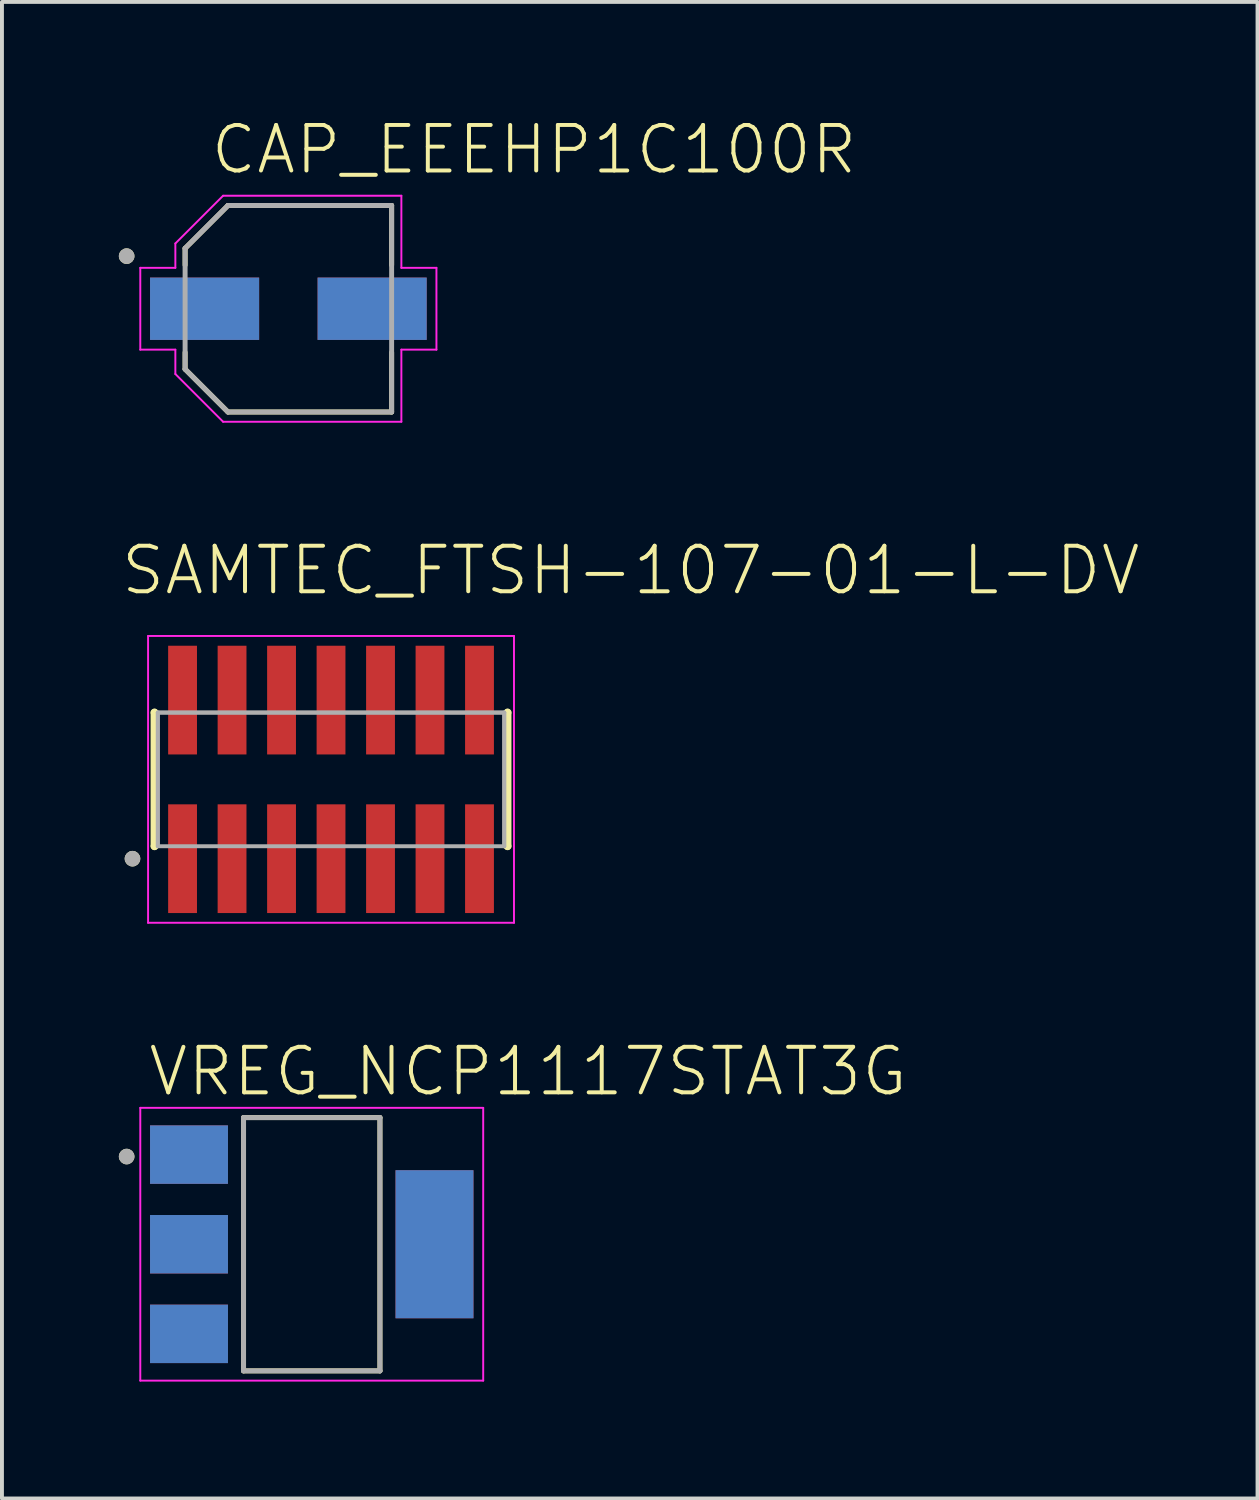
<source format=kicad_pcb>
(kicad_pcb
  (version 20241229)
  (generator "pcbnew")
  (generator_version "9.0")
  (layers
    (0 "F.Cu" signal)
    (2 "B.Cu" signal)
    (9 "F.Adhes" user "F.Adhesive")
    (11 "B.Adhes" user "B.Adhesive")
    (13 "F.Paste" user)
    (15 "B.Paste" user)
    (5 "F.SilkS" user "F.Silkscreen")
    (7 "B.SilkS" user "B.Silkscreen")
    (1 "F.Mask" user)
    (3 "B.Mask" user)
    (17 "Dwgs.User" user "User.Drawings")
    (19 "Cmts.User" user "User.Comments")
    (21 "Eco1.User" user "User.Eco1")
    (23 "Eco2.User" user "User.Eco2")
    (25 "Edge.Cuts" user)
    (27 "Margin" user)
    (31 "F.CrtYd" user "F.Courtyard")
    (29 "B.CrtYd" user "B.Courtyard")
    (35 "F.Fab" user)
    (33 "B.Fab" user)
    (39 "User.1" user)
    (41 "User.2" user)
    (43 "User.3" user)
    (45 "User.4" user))
  (footprint "VREG_NCP1117STAT3G"
    (layer "F.Cu")
    (at 4.95 28.88)
    (property "Reference" "VREG_NCP1117STAT3G" (at -4.25 -3.75 0) (layer "F.SilkS") (effects (font (size 1.168 1.168) (thickness 0.102)) (justify left bottom)))
    (fp_line (start -1.75 -3.25) (end -1.75 3.25) (stroke (width 0.127) (type solid)) (layer "F.SilkS"))
    (fp_line (start -1.75 3.25) (end 1.75 3.25) (stroke (width 0.127) (type solid)) (layer "F.SilkS"))
    (fp_line (start 1.75 -3.25) (end -1.75 -3.25) (stroke (width 0.127) (type solid)) (layer "F.SilkS"))
    (fp_line (start 1.75 3.25) (end 1.75 -3.25) (stroke (width 0.127) (type solid)) (layer "F.SilkS"))
    (fp_circle (center -4.75 -2.25) (end -4.65 -2.25) (stroke (width 0.2) (type solid)) (fill no) (layer "F.SilkS"))
    (fp_line (start -4.4 -3.5) (end -4.4 3.5) (stroke (width 0.05) (type solid)) (layer "F.CrtYd"))
    (fp_line (start -4.4 -3.5) (end 4.4 -3.5) (stroke (width 0.05) (type solid)) (layer "F.CrtYd"))
    (fp_line (start -4.4 3.5) (end 4.4 3.5) (stroke (width 0.05) (type solid)) (layer "F.CrtYd"))
    (fp_line (start 4.4 -3.5) (end 4.4 3.5) (stroke (width 0.05) (type solid)) (layer "F.CrtYd"))
    (fp_line (start -1.75 -3.25) (end -1.75 3.25) (stroke (width 0.127) (type solid)) (layer "F.Fab"))
    (fp_line (start -1.75 3.25) (end 1.75 3.25) (stroke (width 0.127) (type solid)) (layer "F.Fab"))
    (fp_line (start 1.75 -3.25) (end -1.75 -3.25) (stroke (width 0.127) (type solid)) (layer "F.Fab"))
    (fp_line (start 1.75 3.25) (end 1.75 -3.25) (stroke (width 0.127) (type solid)) (layer "F.Fab"))
    (fp_circle (center -4.75 -2.25) (end -4.65 -2.25) (stroke (width 0.2) (type solid)) (fill no) (layer "F.Fab"))
    (pad "1" smd rect (at -3.15 -2.3) (size 2 1.5) (layers "*.Cu" "*.Mask"))
    (pad "2" smd rect (at -3.15 0) (size 2 1.5) (layers "*.Cu" "*.Mask"))
    (pad "3" smd rect (at -3.15 2.3) (size 2 1.5) (layers "*.Cu" "*.Mask"))
    (pad "4" smd rect (at 3.15 0) (size 2 3.8) (layers "*.Cu" "*.Mask")))
  (footprint "SAMTEC_FTSH-107-01-L-DV"
    (layer "F.Cu")
    (at 5.445 16.951)
    (property "Reference" "SAMTEC_FTSH-107-01-L-DV" (at -5.445 -4.68 0) (layer "F.SilkS") (effects (font (size 1.168 1.168) (thickness 0.102)) (justify left bottom)))
    (fp_line (start -4.53 -1.715) (end -4.53 -1.715) (stroke (width 0.2) (type solid)) (layer "F.SilkS"))
    (fp_line (start -4.53 1.715) (end -4.53 -1.715) (stroke (width 0.2) (type solid)) (layer "F.SilkS"))
    (fp_line (start -4.53 1.715) (end -4.53 1.715) (stroke (width 0.2) (type solid)) (layer "F.SilkS"))
    (fp_line (start 4.53 -1.715) (end 4.53 -1.715) (stroke (width 0.2) (type solid)) (layer "F.SilkS"))
    (fp_line (start 4.53 -1.715) (end 4.53 1.715) (stroke (width 0.2) (type solid)) (layer "F.SilkS"))
    (fp_line (start 4.53 1.715) (end 4.53 1.715) (stroke (width 0.2) (type solid)) (layer "F.SilkS"))
    (fp_circle (center -5.095 2.035) (end -4.995 2.035) (stroke (width 0.2) (type solid)) (fill no) (layer "F.SilkS"))
    (fp_line (start -4.695 -3.68) (end 4.695 -3.68) (stroke (width 0.05) (type solid)) (layer "F.CrtYd"))
    (fp_line (start -4.695 3.68) (end -4.695 -3.68) (stroke (width 0.05) (type solid)) (layer "F.CrtYd"))
    (fp_line (start 4.695 -3.68) (end 4.695 3.68) (stroke (width 0.05) (type solid)) (layer "F.CrtYd"))
    (fp_line (start 4.695 3.68) (end -4.695 3.68) (stroke (width 0.05) (type solid)) (layer "F.CrtYd"))
    (fp_line (start -4.445 -1.715) (end 4.445 -1.715) (stroke (width 0.1) (type solid)) (layer "F.Fab"))
    (fp_line (start -4.445 -1.715) (end 4.445 -1.715) (stroke (width 0.1) (type solid)) (layer "F.Fab"))
    (fp_line (start -4.445 1.715) (end -4.445 -1.715) (stroke (width 0.1) (type solid)) (layer "F.Fab"))
    (fp_line (start -4.445 1.715) (end -4.445 -1.715) (stroke (width 0.1) (type solid)) (layer "F.Fab"))
    (fp_line (start 4.445 -1.715) (end 4.445 1.715) (stroke (width 0.1) (type solid)) (layer "F.Fab"))
    (fp_line (start 4.445 -1.715) (end 4.445 1.715) (stroke (width 0.1) (type solid)) (layer "F.Fab"))
    (fp_line (start 4.445 1.715) (end -4.445 1.715) (stroke (width 0.1) (type solid)) (layer "F.Fab"))
    (fp_circle (center -5.095 2.035) (end -4.995 2.035) (stroke (width 0.2) (type solid)) (fill no) (layer "F.Fab"))
    (pad "01" smd rect (at -3.81 2.035) (size 0.74 2.79) (layers "F.Cu" "F.Mask"))
    (pad "02" smd rect (at -3.81 -2.035) (size 0.74 2.79) (layers "F.Cu" "F.Mask"))
    (pad "03" smd rect (at -2.54 2.035) (size 0.74 2.79) (layers "F.Cu" "F.Mask"))
    (pad "04" smd rect (at -2.54 -2.035) (size 0.74 2.79) (layers "F.Cu" "F.Mask"))
    (pad "05" smd rect (at -1.27 2.035) (size 0.74 2.79) (layers "F.Cu" "F.Mask"))
    (pad "06" smd rect (at -1.27 -2.035) (size 0.74 2.79) (layers "F.Cu" "F.Mask"))
    (pad "07" smd rect (at 0 2.035) (size 0.74 2.79) (layers "F.Cu" "F.Mask"))
    (pad "08" smd rect (at 0 -2.035) (size 0.74 2.79) (layers "F.Cu" "F.Mask"))
    (pad "09" smd rect (at 1.27 2.035) (size 0.74 2.79) (layers "F.Cu" "F.Mask"))
    (pad "10" smd rect (at 1.27 -2.035) (size 0.74 2.79) (layers "F.Cu" "F.Mask"))
    (pad "11" smd rect (at 2.54 2.035) (size 0.74 2.79) (layers "F.Cu" "F.Mask"))
    (pad "12" smd rect (at 2.54 -2.035) (size 0.74 2.79) (layers "F.Cu" "F.Mask"))
    (pad "13" smd rect (at 3.81 2.035) (size 0.74 2.79) (layers "F.Cu" "F.Mask"))
    (pad "14" smd rect (at 3.81 -2.035) (size 0.74 2.79) (layers "F.Cu" "F.Mask")))
  (footprint "CAP_EEEHP1C100R"
    (layer "F.Cu")
    (at 4.35 4.873)
    (property "Reference" "CAP_EEEHP1C100R" (at -2.05 -3.4 0) (layer "F.SilkS") (effects (font (size 1.168 1.168) (thickness 0.102)) (justify left bottom)))
    (fp_line (start -2.65 -1.55) (end -2.65 -1.12) (stroke (width 0.127) (type solid)) (layer "F.SilkS"))
    (fp_line (start -2.65 1.12) (end -2.65 1.55) (stroke (width 0.127) (type solid)) (layer "F.SilkS"))
    (fp_line (start -2.65 1.55) (end -1.55 2.65) (stroke (width 0.127) (type solid)) (layer "F.SilkS"))
    (fp_line (start -1.55 -2.65) (end -2.65 -1.55) (stroke (width 0.127) (type solid)) (layer "F.SilkS"))
    (fp_line (start -1.55 2.65) (end 2.65 2.65) (stroke (width 0.127) (type solid)) (layer "F.SilkS"))
    (fp_line (start 2.65 -2.65) (end -1.55 -2.65) (stroke (width 0.127) (type solid)) (layer "F.SilkS"))
    (fp_line (start 2.65 -1.12) (end 2.65 -2.65) (stroke (width 0.127) (type solid)) (layer "F.SilkS"))
    (fp_line (start 2.65 2.65) (end 2.65 1.12) (stroke (width 0.127) (type solid)) (layer "F.SilkS"))
    (fp_circle (center -4.15 -1.35) (end -4.05 -1.35) (stroke (width 0.2) (type solid)) (fill no) (layer "F.SilkS"))
    (fp_line (start -3.8 -1.05) (end -2.9 -1.05) (stroke (width 0.05) (type solid)) (layer "F.CrtYd"))
    (fp_line (start -3.8 1.05) (end -3.8 -1.05) (stroke (width 0.05) (type solid)) (layer "F.CrtYd"))
    (fp_line (start -2.9 -1.675) (end -1.675 -2.9) (stroke (width 0.05) (type solid)) (layer "F.CrtYd"))
    (fp_line (start -2.9 -1.05) (end -2.9 -1.675) (stroke (width 0.05) (type solid)) (layer "F.CrtYd"))
    (fp_line (start -2.9 1.05) (end -3.8 1.05) (stroke (width 0.05) (type solid)) (layer "F.CrtYd"))
    (fp_line (start -2.9 1.675) (end -2.9 1.05) (stroke (width 0.05) (type solid)) (layer "F.CrtYd"))
    (fp_line (start -1.675 -2.9) (end 2.9 -2.9) (stroke (width 0.05) (type solid)) (layer "F.CrtYd"))
    (fp_line (start -1.675 2.9) (end -2.9 1.675) (stroke (width 0.05) (type solid)) (layer "F.CrtYd"))
    (fp_line (start 2.9 -2.9) (end 2.9 -1.05) (stroke (width 0.05) (type solid)) (layer "F.CrtYd"))
    (fp_line (start 2.9 -1.05) (end 3.8 -1.05) (stroke (width 0.05) (type solid)) (layer "F.CrtYd"))
    (fp_line (start 2.9 1.05) (end 2.9 2.9) (stroke (width 0.05) (type solid)) (layer "F.CrtYd"))
    (fp_line (start 2.9 2.9) (end -1.675 2.9) (stroke (width 0.05) (type solid)) (layer "F.CrtYd"))
    (fp_line (start 3.8 -1.05) (end 3.8 1.05) (stroke (width 0.05) (type solid)) (layer "F.CrtYd"))
    (fp_line (start 3.8 1.05) (end 2.9 1.05) (stroke (width 0.05) (type solid)) (layer "F.CrtYd"))
    (fp_line (start -2.65 -1.55) (end -2.65 1.55) (stroke (width 0.127) (type solid)) (layer "F.Fab"))
    (fp_line (start -2.65 1.55) (end -1.55 2.65) (stroke (width 0.127) (type solid)) (layer "F.Fab"))
    (fp_line (start -1.55 -2.65) (end -2.65 -1.55) (stroke (width 0.127) (type solid)) (layer "F.Fab"))
    (fp_line (start -1.55 2.65) (end 2.65 2.65) (stroke (width 0.127) (type solid)) (layer "F.Fab"))
    (fp_line (start 2.65 -2.65) (end -1.55 -2.65) (stroke (width 0.127) (type solid)) (layer "F.Fab"))
    (fp_line (start 2.65 2.65) (end 2.65 -2.65) (stroke (width 0.127) (type solid)) (layer "F.Fab"))
    (fp_circle (center -4.15 -1.35) (end -4.05 -1.35) (stroke (width 0.2) (type solid)) (fill no) (layer "F.Fab"))
    (pad "1" smd rect (at -2.15 0) (size 2.8 1.6) (layers "*.Cu" "*.Mask"))
    (pad "2" smd rect (at 2.15 0) (size 2.8 1.6) (layers "*.Cu" "*.Mask")))
  (gr_rect
    (start -3 -3)
    (end 29.221 35.405)
    (stroke (width 0.1) (type default))
    (fill no)
    (layer "Edge.Cuts")))
</source>
